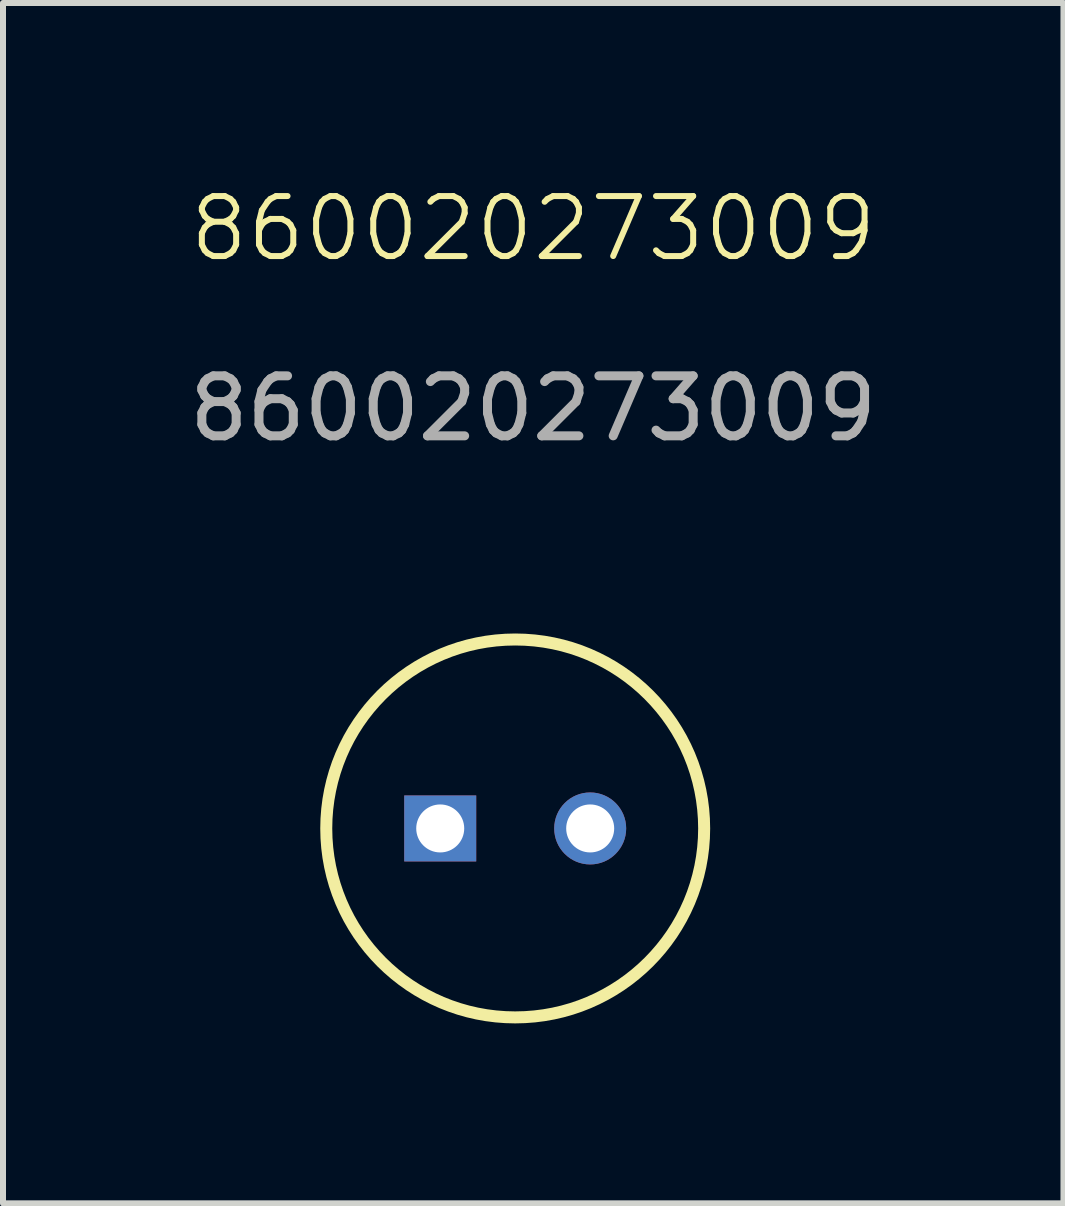
<source format=kicad_pcb>
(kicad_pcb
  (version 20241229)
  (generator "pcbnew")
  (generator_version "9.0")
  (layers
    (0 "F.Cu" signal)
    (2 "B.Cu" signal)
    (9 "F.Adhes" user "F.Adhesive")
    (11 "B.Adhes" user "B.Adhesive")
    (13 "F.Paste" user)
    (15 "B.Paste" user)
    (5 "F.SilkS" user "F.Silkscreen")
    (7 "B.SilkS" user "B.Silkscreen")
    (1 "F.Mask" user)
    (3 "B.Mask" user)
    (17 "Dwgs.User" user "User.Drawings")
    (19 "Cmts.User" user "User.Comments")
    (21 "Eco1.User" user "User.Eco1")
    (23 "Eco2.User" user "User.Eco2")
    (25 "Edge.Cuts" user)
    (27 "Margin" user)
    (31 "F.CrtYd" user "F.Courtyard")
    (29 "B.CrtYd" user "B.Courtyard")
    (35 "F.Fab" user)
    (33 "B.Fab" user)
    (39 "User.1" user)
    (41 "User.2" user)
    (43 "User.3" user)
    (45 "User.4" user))
  (footprint "860020273009"
    (layer "F.Cu")
    (at 5.539 10.761)
    (property "Reference" "860020273009" (at 0.3 -10 0) (unlocked yes) (layer "F.SilkS") (effects (font (size 1 1) (thickness 0.1))))
    (attr through_hole)
    (fp_circle (center 0 0) (end 3.15 0) (stroke (width 0.2) (type solid)) (fill no) (layer "F.SilkS"))
    (fp_text user "${REFERENCE}" (at 0.3 -7 0) (unlocked yes) (layer "F.Fab") (effects (font (size 1 1) (thickness 0.15))))
    (pad "1" thru_hole rect (at -1.25 0) (size 1.2 1.1) (drill 0.8) (layers "*.Cu" "*.Mask"))
    (pad "2" thru_hole circle (at 1.25 0) (size 1.2 1.2) (drill 0.8) (layers "*.Cu" "*.Mask")))
  (gr_rect
    (start -3 -3)
    (end 14.679 17.011)
    (stroke (width 0.1) (type default))
    (fill no)
    (layer "Edge.Cuts")))
</source>
